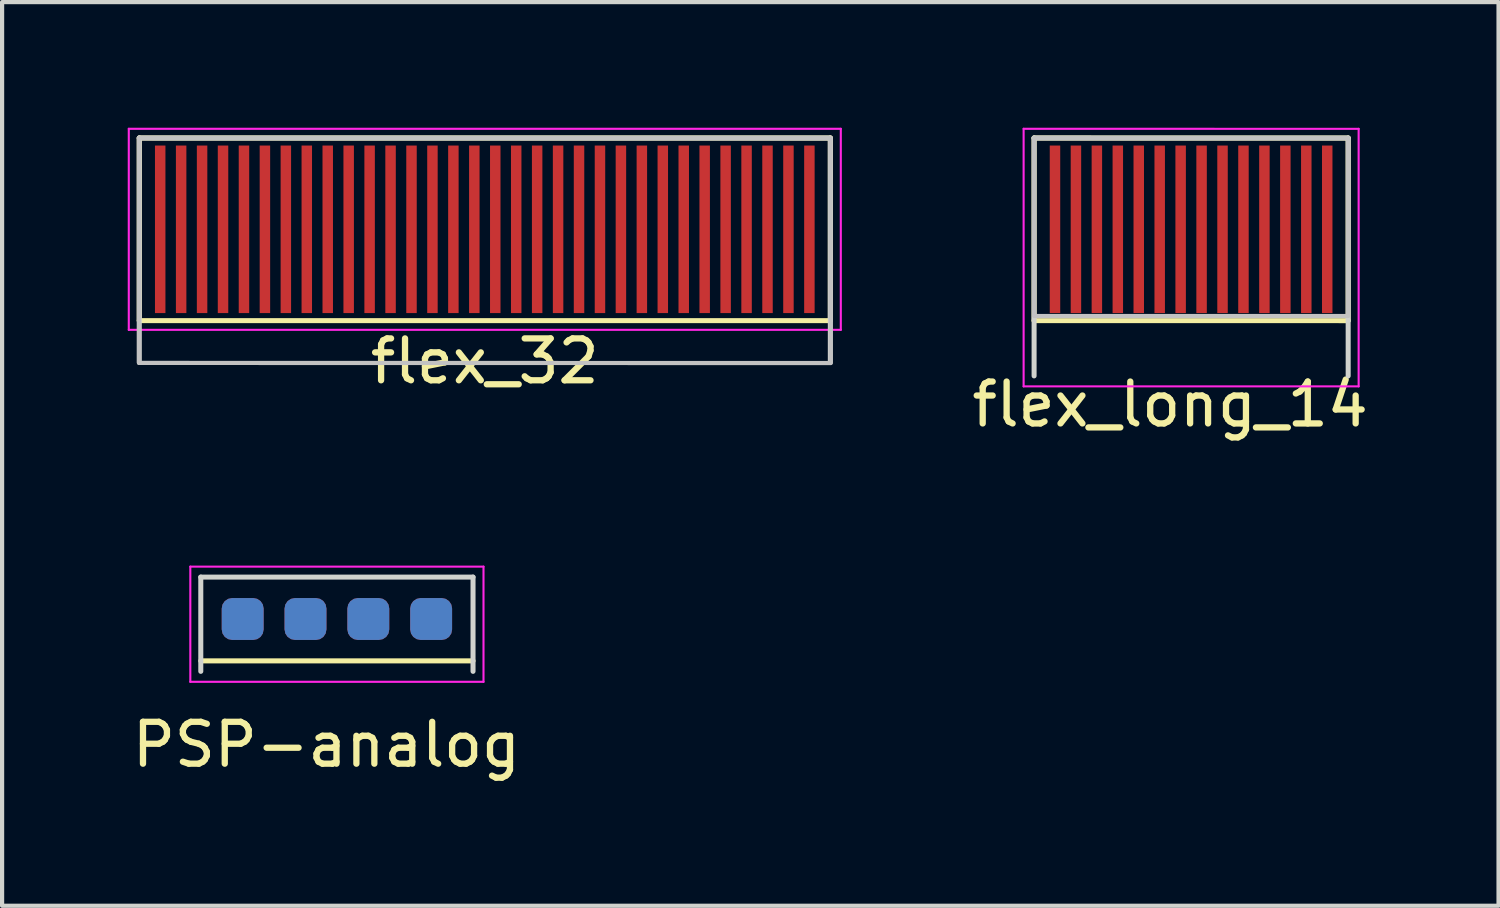
<source format=kicad_pcb>
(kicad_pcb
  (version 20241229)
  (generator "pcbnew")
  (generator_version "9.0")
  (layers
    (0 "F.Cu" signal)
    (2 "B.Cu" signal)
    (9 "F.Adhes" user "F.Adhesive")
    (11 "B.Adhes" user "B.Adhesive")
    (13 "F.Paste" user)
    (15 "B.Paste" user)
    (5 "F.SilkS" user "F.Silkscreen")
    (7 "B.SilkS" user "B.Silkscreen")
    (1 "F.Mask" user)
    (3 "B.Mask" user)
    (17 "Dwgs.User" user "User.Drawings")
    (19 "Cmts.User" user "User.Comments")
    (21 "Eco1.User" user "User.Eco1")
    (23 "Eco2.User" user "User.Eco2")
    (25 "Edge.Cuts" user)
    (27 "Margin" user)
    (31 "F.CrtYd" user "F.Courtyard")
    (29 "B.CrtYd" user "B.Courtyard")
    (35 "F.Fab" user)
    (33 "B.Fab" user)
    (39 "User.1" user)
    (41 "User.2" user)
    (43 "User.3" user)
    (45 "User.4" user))
  (footprint "PSP-analog"
    (layer "F.Cu")
    (at 4.994 11.729)
    (property "Reference" "PSP-analog" (at -0.249 3 0) (layer "F.SilkS") (effects (font (size 1 1) (thickness 0.15))))
    (attr smd)
    (fp_line (start -3.25 1) (end 3.25 1) (stroke (width 0.12) (type solid)) (layer "F.SilkS"))
    (fp_line (start -3.25 1.25) (end -3.25 -1) (stroke (width 0.12) (type solid)) (layer "Edge.Cuts"))
    (fp_line (start 3.25 -1) (end -3.25 -1) (stroke (width 0.12) (type solid)) (layer "Edge.Cuts"))
    (fp_line (start 3.25 1.25) (end 3.25 -1) (stroke (width 0.12) (type solid)) (layer "Edge.Cuts"))
    (fp_line (start -3.5 -1.25) (end -3.5 1.5) (stroke (width 0.05) (type solid)) (layer "F.CrtYd"))
    (fp_line (start -3.5 -1.25) (end 3.5 -1.25) (stroke (width 0.05) (type solid)) (layer "F.CrtYd"))
    (fp_line (start -3.5 1.5) (end 3.5 1.5) (stroke (width 0.05) (type solid)) (layer "F.CrtYd"))
    (fp_line (start 3.5 -1.25) (end 3.5 1.5) (stroke (width 0.05) (type solid)) (layer "F.CrtYd"))
    (pad "1" smd roundrect (at -2.25 0) (size 1 1) (layers "F.Cu" "F.Mask" "F.Paste") (roundrect_rratio 0.25))
    (pad "2" smd roundrect (at -0.75 0) (size 1 1) (layers "F.Cu" "F.Mask" "F.Paste") (roundrect_rratio 0.25))
    (pad "3" smd roundrect (at 0.75 0) (size 1 1) (layers "F.Cu" "F.Mask" "F.Paste") (roundrect_rratio 0.25))
    (pad "4" smd roundrect (at 2.25 0) (size 1 1) (layers "F.Cu" "F.Mask" "F.Paste") (roundrect_rratio 0.25))
    (pad "5" smd roundrect (at -2.25 0) (size 1 1) (layers "B.Cu" "B.Mask" "B.Paste") (roundrect_rratio 0.25))
    (pad "6" smd roundrect (at -0.75 0) (size 1 1) (layers "B.Cu" "B.Mask" "B.Paste") (roundrect_rratio 0.25))
    (pad "7" smd roundrect (at 0.75 0) (size 1 1) (layers "B.Cu" "B.Mask" "B.Paste") (roundrect_rratio 0.25))
    (pad "8" smd roundrect (at 2.25 0) (size 1 1) (layers "B.Cu" "B.Mask" "B.Paste") (roundrect_rratio 0.25)))
  (footprint "flex_long_14"
    (layer "F.Cu")
    (at 25.514 2.425)
    (property "Reference" "flex_long_14" (at -0.625 4.18 0) (layer "F.SilkS") (effects (font (size 1 1) (thickness 0.15))))
    (attr smd)
    (fp_line (start -3.874 -2.18) (end 3.625 -2.179) (stroke (width 0.12) (type solid)) (layer "F.SilkS"))
    (fp_line (start -3.874 2.18) (end -3.874 -2.18) (stroke (width 0.12) (type solid)) (layer "F.SilkS"))
    (fp_line (start -3.874 2.18) (end 3.625 2.181) (stroke (width 0.12) (type solid)) (layer "F.SilkS"))
    (fp_line (start 3.625 2.181) (end 3.625 -2.179) (stroke (width 0.12) (type solid)) (layer "F.SilkS"))
    (fp_poly (pts (xy 3.625 2.07) (xy -3.875 2.07) (xy -3.875 -2.18) (xy 3.625 -2.18)) (stroke (width 0.1) (type solid)) (fill no) (layer "Dwgs.User"))
    (fp_line (start -3.875 -2.18) (end 3.625 -2.179) (stroke (width 0.12) (type solid)) (layer "Edge.Cuts"))
    (fp_line (start -3.874 3.5) (end -3.874 -2.18) (stroke (width 0.12) (type solid)) (layer "Edge.Cuts"))
    (fp_line (start 3.625 3.5) (end 3.625 -2.179) (stroke (width 0.12) (type solid)) (layer "Edge.Cuts"))
    (fp_line (start -4.124 -2.4) (end -4.124 3.75) (stroke (width 0.05) (type solid)) (layer "F.CrtYd"))
    (fp_line (start -4.124 -2.4) (end 3.875 -2.399) (stroke (width 0.05) (type solid)) (layer "F.CrtYd"))
    (fp_line (start -4.124 3.75) (end 3.875 3.75) (stroke (width 0.05) (type solid)) (layer "F.CrtYd"))
    (fp_line (start 3.875 -2.399) (end 3.875 3.75) (stroke (width 0.05) (type solid)) (layer "F.CrtYd"))
    (pad "1" smd rect (at -3.375 0) (size 0.25 4) (layers "F.Cu" "F.Mask" "F.Paste"))
    (pad "2" smd rect (at -2.875 0) (size 0.25 4) (layers "F.Cu" "F.Mask" "F.Paste"))
    (pad "3" smd rect (at -2.375 0) (size 0.25 4) (layers "F.Cu" "F.Mask" "F.Paste"))
    (pad "4" smd rect (at -1.875 0) (size 0.25 4) (layers "F.Cu" "F.Mask" "F.Paste"))
    (pad "5" smd rect (at -1.375 0) (size 0.25 4) (layers "F.Cu" "F.Mask" "F.Paste"))
    (pad "6" smd rect (at -0.875 0) (size 0.25 4) (layers "F.Cu" "F.Mask" "F.Paste"))
    (pad "7" smd rect (at -0.375 0) (size 0.25 4) (layers "F.Cu" "F.Mask" "F.Paste"))
    (pad "8" smd rect (at 0.125 0) (size 0.25 4) (layers "F.Cu" "F.Mask" "F.Paste"))
    (pad "9" smd rect (at 0.625 0) (size 0.25 4) (layers "F.Cu" "F.Mask" "F.Paste"))
    (pad "10" smd rect (at 1.125 0) (size 0.25 4) (layers "F.Cu" "F.Mask" "F.Paste"))
    (pad "11" smd rect (at 1.625 0) (size 0.25 4) (layers "F.Cu" "F.Mask" "F.Paste"))
    (pad "12" smd rect (at 2.125 0) (size 0.25 4) (layers "F.Cu" "F.Mask" "F.Paste"))
    (pad "13" smd rect (at 2.625 0) (size 0.25 4) (layers "F.Cu" "F.Mask" "F.Paste"))
    (pad "14" smd rect (at 3.125 0) (size 0.25 4) (layers "F.Cu" "F.Mask" "F.Paste")))
  (footprint "flex_32"
    (layer "F.Cu")
    (at 8.525 2.425)
    (property "Reference" "flex_32" (at 0 3.15 0) (layer "F.SilkS") (effects (font (size 1 1) (thickness 0.15))))
    (attr smd)
    (fp_line (start -8.25 -2.18) (end 8.25 -2.18) (stroke (width 0.12) (type solid)) (layer "F.SilkS"))
    (fp_line (start -8.25 2.18) (end -8.25 -2.18) (stroke (width 0.12) (type solid)) (layer "F.SilkS"))
    (fp_line (start -8.25 2.18) (end 8.25 2.18) (stroke (width 0.12) (type solid)) (layer "F.SilkS"))
    (fp_line (start 8.25 2.18) (end 8.25 -2.18) (stroke (width 0.12) (type solid)) (layer "F.SilkS"))
    (fp_poly (pts (xy 8.26 3.193) (xy -8.255 3.19) (xy -8.255 -2.18) (xy 8.25 -2.177)) (stroke (width 0.1) (type solid)) (fill no) (layer "Dwgs.User"))
    (fp_line (start -8.25 -2.18) (end 8.25 -2.18) (stroke (width 0.12) (type solid)) (layer "Edge.Cuts"))
    (fp_line (start -8.25 3.18) (end -8.25 -2.18) (stroke (width 0.12) (type solid)) (layer "Edge.Cuts"))
    (fp_line (start 8.25 3.18) (end 8.25 -2.18) (stroke (width 0.12) (type solid)) (layer "Edge.Cuts"))
    (fp_line (start -8.5 -2.4) (end -8.5 2.4) (stroke (width 0.05) (type solid)) (layer "F.CrtYd"))
    (fp_line (start -8.5 -2.4) (end 8.5 -2.4) (stroke (width 0.05) (type solid)) (layer "F.CrtYd"))
    (fp_line (start -8.5 2.4) (end 8.5 2.4) (stroke (width 0.05) (type solid)) (layer "F.CrtYd"))
    (fp_line (start 8.5 -2.4) (end 8.5 2.4) (stroke (width 0.05) (type solid)) (layer "F.CrtYd"))
    (pad "1" smd rect (at -7.75 0) (size 0.25 4) (layers "F.Cu" "F.Mask" "F.Paste"))
    (pad "2" smd rect (at -7.25 0) (size 0.25 4) (layers "F.Cu" "F.Mask" "F.Paste"))
    (pad "3" smd rect (at -6.75 0) (size 0.25 4) (layers "F.Cu" "F.Mask" "F.Paste"))
    (pad "4" smd rect (at -6.25 0) (size 0.25 4) (layers "F.Cu" "F.Mask" "F.Paste"))
    (pad "5" smd rect (at -5.75 0) (size 0.25 4) (layers "F.Cu" "F.Mask" "F.Paste"))
    (pad "6" smd rect (at -5.25 0) (size 0.25 4) (layers "F.Cu" "F.Mask" "F.Paste"))
    (pad "7" smd rect (at -4.75 0) (size 0.25 4) (layers "F.Cu" "F.Mask" "F.Paste"))
    (pad "8" smd rect (at -4.25 0) (size 0.25 4) (layers "F.Cu" "F.Mask" "F.Paste"))
    (pad "9" smd rect (at -3.75 0) (size 0.25 4) (layers "F.Cu" "F.Mask" "F.Paste"))
    (pad "10" smd rect (at -3.25 0) (size 0.25 4) (layers "F.Cu" "F.Mask" "F.Paste"))
    (pad "11" smd rect (at -2.75 0) (size 0.25 4) (layers "F.Cu" "F.Mask" "F.Paste"))
    (pad "12" smd rect (at -2.25 0) (size 0.25 4) (layers "F.Cu" "F.Mask" "F.Paste"))
    (pad "13" smd rect (at -1.75 0) (size 0.25 4) (layers "F.Cu" "F.Mask" "F.Paste"))
    (pad "14" smd rect (at -1.25 0) (size 0.25 4) (layers "F.Cu" "F.Mask" "F.Paste"))
    (pad "15" smd rect (at -0.75 0) (size 0.25 4) (layers "F.Cu" "F.Mask" "F.Paste"))
    (pad "16" smd rect (at -0.25 0) (size 0.25 4) (layers "F.Cu" "F.Mask" "F.Paste"))
    (pad "17" smd rect (at 0.25 0) (size 0.25 4) (layers "F.Cu" "F.Mask" "F.Paste"))
    (pad "18" smd rect (at 0.75 0) (size 0.25 4) (layers "F.Cu" "F.Mask" "F.Paste"))
    (pad "19" smd rect (at 1.25 0) (size 0.25 4) (layers "F.Cu" "F.Mask" "F.Paste"))
    (pad "20" smd rect (at 1.75 0) (size 0.25 4) (layers "F.Cu" "F.Mask" "F.Paste"))
    (pad "21" smd rect (at 2.25 0) (size 0.25 4) (layers "F.Cu" "F.Mask" "F.Paste"))
    (pad "22" smd rect (at 2.75 0) (size 0.25 4) (layers "F.Cu" "F.Mask" "F.Paste"))
    (pad "23" smd rect (at 3.25 0) (size 0.25 4) (layers "F.Cu" "F.Mask" "F.Paste"))
    (pad "24" smd rect (at 3.75 0) (size 0.25 4) (layers "F.Cu" "F.Mask" "F.Paste"))
    (pad "25" smd rect (at 4.25 0) (size 0.25 4) (layers "F.Cu" "F.Mask" "F.Paste"))
    (pad "26" smd rect (at 4.75 0) (size 0.25 4) (layers "F.Cu" "F.Mask" "F.Paste"))
    (pad "27" smd rect (at 5.25 0) (size 0.25 4) (layers "F.Cu" "F.Mask" "F.Paste"))
    (pad "28" smd rect (at 5.75 0) (size 0.25 4) (layers "F.Cu" "F.Mask" "F.Paste"))
    (pad "29" smd rect (at 6.25 0) (size 0.25 4) (layers "F.Cu" "F.Mask" "F.Paste"))
    (pad "30" smd rect (at 6.75 0) (size 0.25 4) (layers "F.Cu" "F.Mask" "F.Paste"))
    (pad "31" smd rect (at 7.25 0) (size 0.25 4) (layers "F.Cu" "F.Mask" "F.Paste"))
    (pad "32" smd rect (at 7.75 0) (size 0.25 4) (layers "F.Cu" "F.Mask" "F.Paste")))
  (gr_rect
    (start -3 -3)
    (end 32.729 18.576)
    (stroke (width 0.1) (type default))
    (fill no)
    (layer "Edge.Cuts")))
</source>
